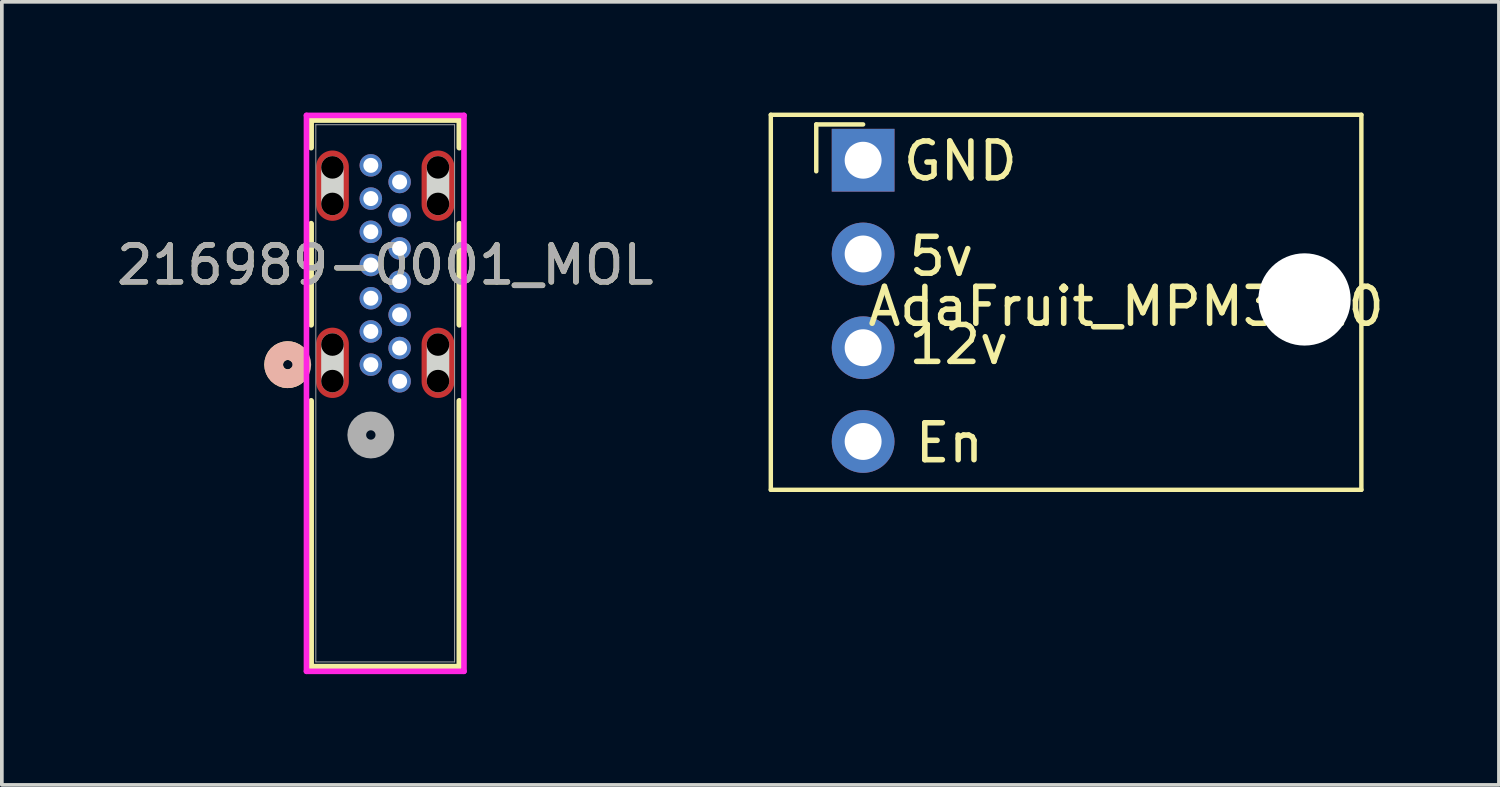
<source format=kicad_pcb>
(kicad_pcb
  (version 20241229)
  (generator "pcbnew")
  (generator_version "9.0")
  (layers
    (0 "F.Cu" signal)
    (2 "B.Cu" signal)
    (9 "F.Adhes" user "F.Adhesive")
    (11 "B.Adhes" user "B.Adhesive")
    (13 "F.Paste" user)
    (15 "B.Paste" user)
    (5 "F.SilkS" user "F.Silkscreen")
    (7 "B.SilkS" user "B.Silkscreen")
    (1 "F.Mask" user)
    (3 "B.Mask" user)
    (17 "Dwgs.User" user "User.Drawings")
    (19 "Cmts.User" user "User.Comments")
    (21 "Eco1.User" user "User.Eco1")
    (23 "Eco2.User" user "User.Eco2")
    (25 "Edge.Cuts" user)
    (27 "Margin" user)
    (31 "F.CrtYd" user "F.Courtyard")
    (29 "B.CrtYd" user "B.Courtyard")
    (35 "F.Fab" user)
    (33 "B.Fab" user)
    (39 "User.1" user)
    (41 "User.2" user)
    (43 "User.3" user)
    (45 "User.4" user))
  (footprint "AdaFruit_MPM3610"
    (layer "F.Cu")
    (at 20.335 1.291)
    (property "Reference" "AdaFruit_MPM3610" (at 7.125 3.962 0) (layer "F.SilkS") (effects (font (size 1 1) (thickness 0.15))))
    (attr through_hole)
    (fp_line (start -2.501 -1.231) (end -2.501 8.929) (stroke (width 0.12) (type solid)) (layer "F.SilkS"))
    (fp_line (start -2.501 -1.231) (end 13.499 -1.231) (stroke (width 0.12) (type solid)) (layer "F.SilkS"))
    (fp_line (start -2.501 8.929) (end 13.499 8.929) (stroke (width 0.12) (type solid)) (layer "F.SilkS"))
    (fp_line (start -1.27 -0.97) (end 0 -0.97) (stroke (width 0.12) (type solid)) (layer "F.SilkS"))
    (fp_line (start -1.27 0.3) (end -1.27 -0.97) (stroke (width 0.12) (type solid)) (layer "F.SilkS"))
    (fp_line (start 13.499 -1.231) (end 13.499 8.929) (stroke (width 0.12) (type solid)) (layer "F.SilkS"))
    (fp_line (start -0.32 -0.32) (end -0.32 0.32) (stroke (width 0.1) (type solid)) (layer "F.Fab"))
    (fp_line (start -0.32 2.22) (end -0.32 2.86) (stroke (width 0.1) (type solid)) (layer "F.Fab"))
    (fp_line (start -0.32 4.76) (end -0.32 5.4) (stroke (width 0.1) (type solid)) (layer "F.Fab"))
    (fp_line (start -0.32 7.3) (end -0.32 7.94) (stroke (width 0.1) (type solid)) (layer "F.Fab"))
    (fp_text user "5v" (at 2.121 2.606 180) (layer "F.SilkS") (effects (font (size 1 1) (thickness 0.15))))
    (fp_text user "En" (at 2.337 7.658 180) (layer "F.SilkS") (effects (font (size 1 1) (thickness 0.15))))
    (fp_text user "12v" (at 2.593 4.994 180) (layer "F.SilkS") (effects (font (size 1 1) (thickness 0.15))))
    (fp_text user "GND" (at 2.634 0.023 180) (layer "F.SilkS") (effects (font (size 1 1) (thickness 0.15))))
    (pad "" np_thru_hole oval (at 11.959 3.772 105) (size 2.5 2.5) (drill oval 2.5) (layers "*.Cu" "*.Mask"))
    (pad "1" thru_hole rect (at 0 0) (size 1.7 1.7) (drill 1) (layers "*.Cu" "*.Mask"))
    (pad "2" thru_hole oval (at 0 2.54) (size 1.7 1.7) (drill 1) (layers "*.Cu" "*.Mask"))
    (pad "3" thru_hole oval (at 0 5.08) (size 1.7 1.7) (drill 1) (layers "*.Cu" "*.Mask"))
    (pad "4" thru_hole oval (at 0 7.62) (size 1.7 1.7) (drill 1) (layers "*.Cu" "*.Mask")))
  (footprint "216989-0001_MOL"
    (layer "F.Cu")
    (at 6.997 6.83)
    (property "Reference" "216989-0001_MOL" (at 0.39 -2.7 0) (unlocked yes) (layer "F.SilkS") (effects (font (size 1 1) (thickness 0.15))))
    (attr through_hole)
    (fp_line (start -1.617 -6.627) (end -1.617 -5.879) (stroke (width 0.152) (type solid)) (layer "F.SilkS"))
    (fp_line (start -1.617 -3.821) (end -1.617 -1.079) (stroke (width 0.152) (type solid)) (layer "F.SilkS"))
    (fp_line (start -1.617 0.979) (end -1.617 8.181) (stroke (width 0.152) (type solid)) (layer "F.SilkS"))
    (fp_line (start -1.617 8.181) (end 2.397 8.181) (stroke (width 0.152) (type solid)) (layer "F.SilkS"))
    (fp_line (start 2.397 -6.627) (end -1.617 -6.627) (stroke (width 0.152) (type solid)) (layer "F.SilkS"))
    (fp_line (start 2.397 -5.879) (end 2.397 -6.627) (stroke (width 0.152) (type solid)) (layer "F.SilkS"))
    (fp_line (start 2.397 -1.079) (end 2.397 -3.821) (stroke (width 0.152) (type solid)) (layer "F.SilkS"))
    (fp_line (start 2.397 8.181) (end 2.397 0.979) (stroke (width 0.152) (type solid)) (layer "F.SilkS"))
    (fp_arc (start -1.99504 0.28167) (mid -2.6326 0) (end -1.99504 -0.28167) (stroke (width 0.508) (type solid)) (layer "F.SilkS"))
    (fp_circle (center -2.252 0) (end -1.871 0) (stroke (width 0.508) (type solid)) (fill no) (layer "B.SilkS"))
    (fp_line (start -1.04 -4.355) (end -1.04 -5.345) (stroke (width 0.61) (type solid)) (layer "Edge.Cuts"))
    (fp_line (start -1.04 0.445) (end -1.04 -0.545) (stroke (width 0.61) (type solid)) (layer "Edge.Cuts"))
    (fp_line (start 1.82 -4.355) (end 1.82 -5.345) (stroke (width 0.61) (type solid)) (layer "Edge.Cuts"))
    (fp_line (start 1.82 0.445) (end 1.82 -0.545) (stroke (width 0.61) (type solid)) (layer "Edge.Cuts"))
    (fp_line (start -1.744 -6.754) (end -1.744 8.308) (stroke (width 0.152) (type solid)) (layer "F.CrtYd"))
    (fp_line (start -1.744 8.308) (end 2.524 8.308) (stroke (width 0.152) (type solid)) (layer "F.CrtYd"))
    (fp_line (start 2.524 -6.754) (end -1.744 -6.754) (stroke (width 0.152) (type solid)) (layer "F.CrtYd"))
    (fp_line (start 2.524 8.308) (end 2.524 -6.754) (stroke (width 0.152) (type solid)) (layer "F.CrtYd"))
    (fp_line (start -1.49 -6.5) (end -1.49 8.054) (stroke (width 0.025) (type solid)) (layer "F.Fab"))
    (fp_line (start -1.49 8.054) (end 2.27 8.054) (stroke (width 0.025) (type solid)) (layer "F.Fab"))
    (fp_line (start 2.27 -6.5) (end -1.49 -6.5) (stroke (width 0.025) (type solid)) (layer "F.Fab"))
    (fp_line (start 2.27 8.054) (end 2.27 -6.5) (stroke (width 0.025) (type solid)) (layer "F.Fab"))
    (fp_circle (center 0 1.905) (end 0.381 1.905) (stroke (width 0.508) (type solid)) (fill no) (layer "F.Fab"))
    (fp_text user "${REFERENCE}" (at 0.39 -2.7 0) (unlocked yes) (layer "F.Fab") (effects (font (size 1 1) (thickness 0.15))))
    (pad "" np_thru_hole circle (at -1.04 -5.345) (size 0.61 0.61) (drill 0.61) (layers))
    (pad "" np_thru_hole circle (at -1.04 -4.355) (size 0.61 0.61) (drill 0.61) (layers))
    (pad "" np_thru_hole circle (at -1.04 -0.545) (size 0.61 0.61) (drill 0.61) (layers))
    (pad "" np_thru_hole circle (at -1.04 0.445) (size 0.61 0.61) (drill 0.61) (layers))
    (pad "" np_thru_hole circle (at 1.82 -5.345) (size 0.61 0.61) (drill 0.61) (layers))
    (pad "" np_thru_hole circle (at 1.82 -4.355) (size 0.61 0.61) (drill 0.61) (layers))
    (pad "" np_thru_hole circle (at 1.82 -0.545) (size 0.61 0.61) (drill 0.61) (layers))
    (pad "" np_thru_hole circle (at 1.82 0.445) (size 0.61 0.61) (drill 0.61) (layers))
    (pad "15" smd oval (at -1.04 -4.85) (size 0.889 1.905) (layers "F.Cu" "F.Mask" "F.Paste"))
    (pad "16" smd oval (at 1.82 -4.85) (size 0.889 1.905) (layers "F.Cu" "F.Mask" "F.Paste"))
    (pad "17" smd oval (at -1.04 -0.05) (size 0.889 1.905) (layers "F.Cu" "F.Mask" "F.Paste"))
    (pad "18" smd oval (at 1.82 -0.05) (size 0.889 1.905) (layers "F.Cu" "F.Mask" "F.Paste"))
    (pad "A1" thru_hole circle (at 0.000001 0) (size 0.61 0.61) (drill 0.406) (layers "*.Cu" "*.Mask"))
    (pad "A4" thru_hole circle (at 0.000001 -0.9) (size 0.61 0.61) (drill 0.406) (layers "*.Cu" "*.Mask"))
    (pad "A5" thru_hole circle (at 0.000001 -1.8) (size 0.61 0.61) (drill 0.406) (layers "*.Cu" "*.Mask"))
    (pad "A6" thru_hole circle (at 0.000001 -2.7) (size 0.61 0.61) (drill 0.406) (layers "*.Cu" "*.Mask"))
    (pad "A7" thru_hole circle (at 0.000001 -3.6) (size 0.61 0.61) (drill 0.406) (layers "*.Cu" "*.Mask"))
    (pad "A9" thru_hole circle (at 0.000001 -4.5) (size 0.61 0.61) (drill 0.406) (layers "*.Cu" "*.Mask"))
    (pad "A12" thru_hole circle (at 0.000001 -5.4) (size 0.61 0.61) (drill 0.406) (layers "*.Cu" "*.Mask"))
    (pad "B1" thru_hole circle (at 0.78 -4.95) (size 0.61 0.61) (drill 0.406) (layers "*.Cu" "*.Mask"))
    (pad "B4" thru_hole circle (at 0.78 -4.05) (size 0.61 0.61) (drill 0.406) (layers "*.Cu" "*.Mask"))
    (pad "B5" thru_hole circle (at 0.78 -3.15) (size 0.61 0.61) (drill 0.406) (layers "*.Cu" "*.Mask"))
    (pad "B6" thru_hole circle (at 0.78 -2.25) (size 0.61 0.61) (drill 0.406) (layers "*.Cu" "*.Mask"))
    (pad "B7" thru_hole circle (at 0.78 -1.35) (size 0.61 0.61) (drill 0.406) (layers "*.Cu" "*.Mask"))
    (pad "B9" thru_hole circle (at 0.78 -0.45) (size 0.61 0.61) (drill 0.406) (layers "*.Cu" "*.Mask"))
    (pad "B12" thru_hole circle (at 0.78 0.45) (size 0.61 0.61) (drill 0.406) (layers "*.Cu" "*.Mask")))
  (gr_rect
    (start -3 -3)
    (end 37.561 18.215)
    (stroke (width 0.1) (type default))
    (fill no)
    (layer "Edge.Cuts")))
</source>
